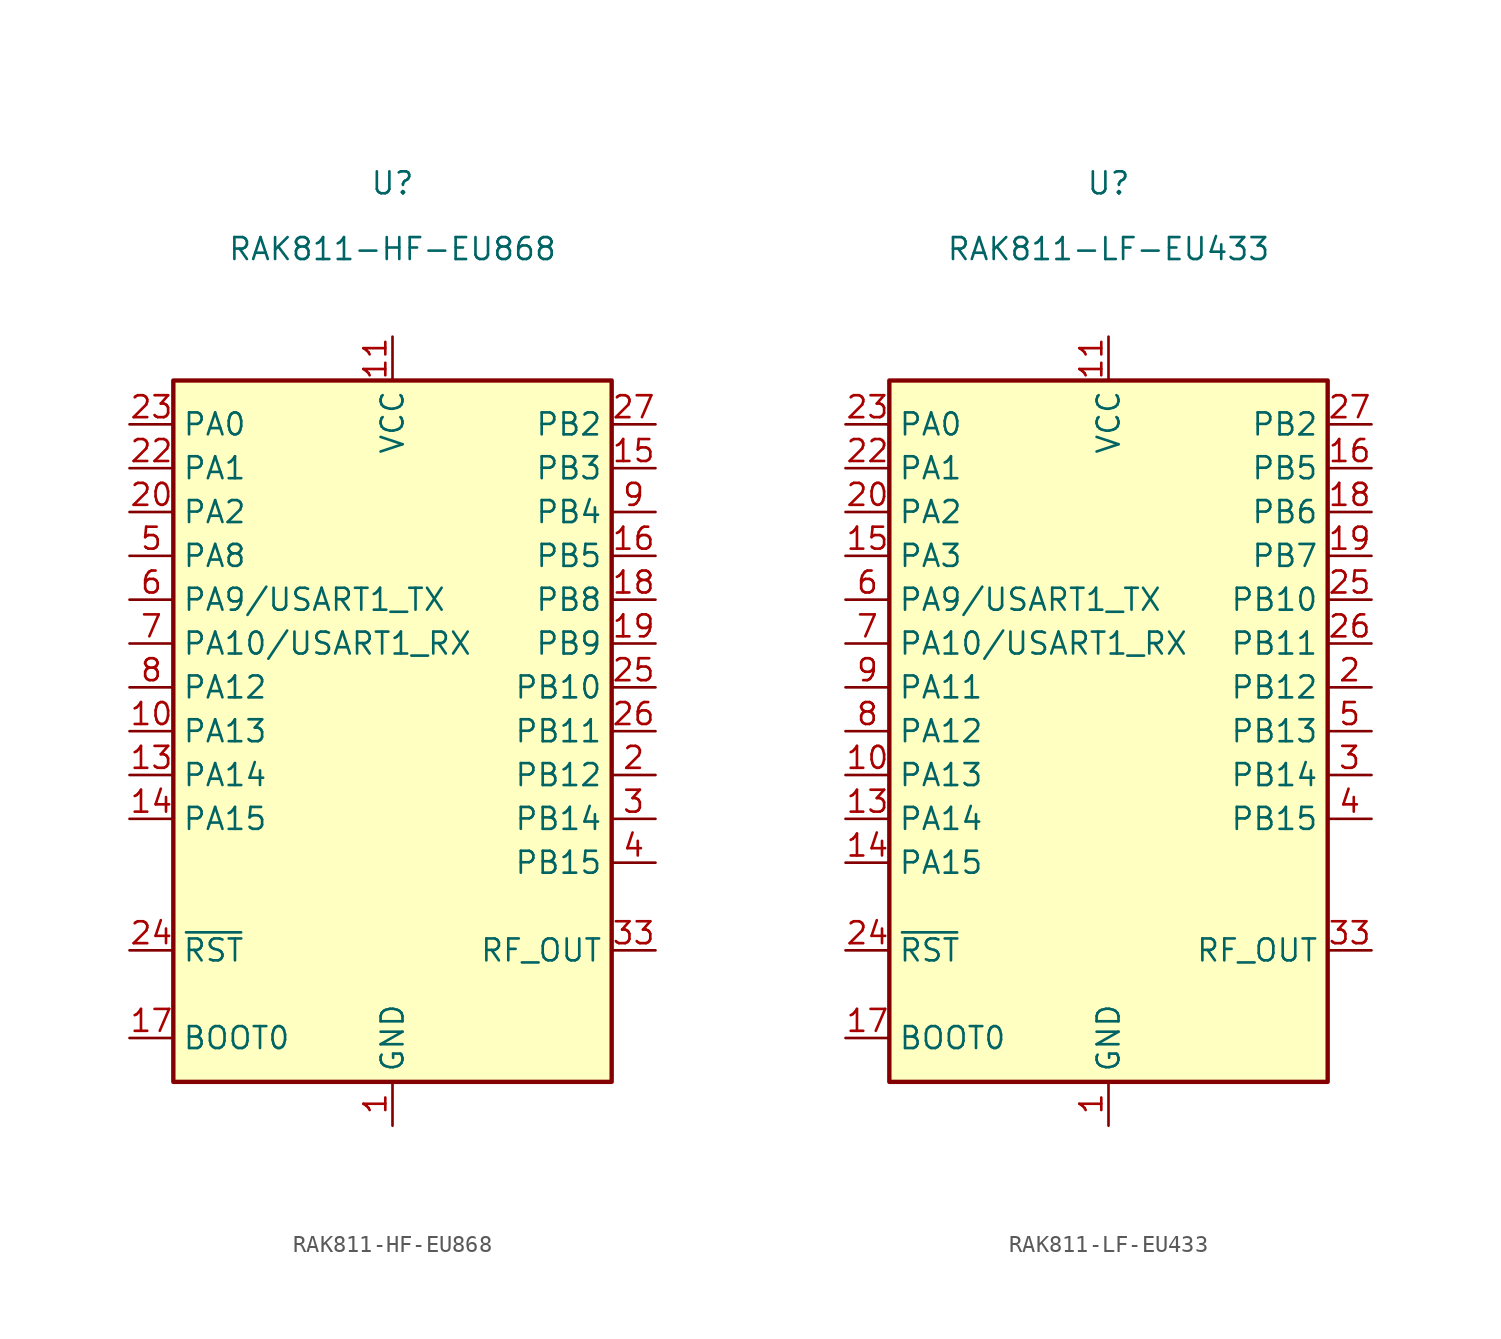
<source format=kicad_sym>
(kicad_symbol_lib
  (version 20201005)
  (generator kicad_symbol_editor)
  (symbol "RF_Module:RAK811-HF-EU868"
    (property "Reference" "U"
      (at 0 31.75 0)
      (effects (font (size 1.27 1.27))))
    (property "Value" "RAK811-HF-EU868"
      (at 0 27.94 0)
      (effects (font (size 1.27 1.27))))
    (symbol "RAK811-HF-EU868_0_0"
      (pin power_in line (at 0 -22.86 90) (length 2.54) (name "GND" (effects (font (size 1.27 1.27)))) (number "1" (effects (font (size 1.27 1.27)))))
      (pin bidirectional line (at -15.24 0 0) (length 2.54) (name "PA13" (effects (font (size 1.27 1.27)))) (number "10" (effects (font (size 1.27 1.27)))))
      (pin power_in line (at 0 22.86 270) (length 2.54) (name "VCC" (effects (font (size 1.27 1.27)))) (number "11" (effects (font (size 1.27 1.27)))))
      (pin passive line (at 0 -22.86 90) (length 2.54) hide (name "GND" (effects (font (size 1.27 1.27)))) (number "12" (effects (font (size 1.27 1.27)))))
      (pin bidirectional line (at -15.24 -2.54 0) (length 2.54) (name "PA14" (effects (font (size 1.27 1.27)))) (number "13" (effects (font (size 1.27 1.27)))))
      (pin bidirectional line (at -15.24 -5.08 0) (length 2.54) (name "PA15" (effects (font (size 1.27 1.27)))) (number "14" (effects (font (size 1.27 1.27)))))
      (pin bidirectional line (at 15.24 15.24 180) (length 2.54) (name "PB3" (effects (font (size 1.27 1.27)))) (number "15" (effects (font (size 1.27 1.27)))))
      (pin bidirectional line (at 15.24 10.16 180) (length 2.54) (name "PB5" (effects (font (size 1.27 1.27)))) (number "16" (effects (font (size 1.27 1.27)))))
      (pin input line (at -15.24 -17.78 0) (length 2.54) (name "BOOT0" (effects (font (size 1.27 1.27)))) (number "17" (effects (font (size 1.27 1.27)))))
      (pin bidirectional line (at 15.24 7.62 180) (length 2.54) (name "PB8" (effects (font (size 1.27 1.27)))) (number "18" (effects (font (size 1.27 1.27)))))
      (pin bidirectional line (at 15.24 5.08 180) (length 2.54) (name "PB9" (effects (font (size 1.27 1.27)))) (number "19" (effects (font (size 1.27 1.27)))))
      (pin bidirectional line (at 15.24 -2.54 180) (length 2.54) (name "PB12" (effects (font (size 1.27 1.27)))) (number "2" (effects (font (size 1.27 1.27)))))
      (pin bidirectional line (at -15.24 12.7 0) (length 2.54) (name "PA2" (effects (font (size 1.27 1.27)))) (number "20" (effects (font (size 1.27 1.27)))))
      (pin passive line (at 0 -22.86 90) (length 2.54) hide (name "GND" (effects (font (size 1.27 1.27)))) (number "21" (effects (font (size 1.27 1.27)))))
      (pin bidirectional line (at -15.24 15.24 0) (length 2.54) (name "PA1" (effects (font (size 1.27 1.27)))) (number "22" (effects (font (size 1.27 1.27)))))
      (pin bidirectional line (at -15.24 17.78 0) (length 2.54) (name "PA0" (effects (font (size 1.27 1.27)))) (number "23" (effects (font (size 1.27 1.27)))))
      (pin input line (at -15.24 -12.7 0) (length 2.54) (name "~RST" (effects (font (size 1.27 1.27)))) (number "24" (effects (font (size 1.27 1.27)))))
      (pin bidirectional line (at 15.24 2.54 180) (length 2.54) (name "PB10" (effects (font (size 1.27 1.27)))) (number "25" (effects (font (size 1.27 1.27)))))
      (pin bidirectional line (at 15.24 0 180) (length 2.54) (name "PB11" (effects (font (size 1.27 1.27)))) (number "26" (effects (font (size 1.27 1.27)))))
      (pin bidirectional line (at 15.24 17.78 180) (length 2.54) (name "PB2" (effects (font (size 1.27 1.27)))) (number "27" (effects (font (size 1.27 1.27)))))
      (pin passive line (at 0 -22.86 90) (length 2.54) hide (name "GND" (effects (font (size 1.27 1.27)))) (number "28" (effects (font (size 1.27 1.27)))))
      (pin passive line (at 0 -22.86 90) (length 2.54) hide (name "GND" (effects (font (size 1.27 1.27)))) (number "29" (effects (font (size 1.27 1.27)))))
      (pin bidirectional line (at 15.24 -5.08 180) (length 2.54) (name "PB14" (effects (font (size 1.27 1.27)))) (number "3" (effects (font (size 1.27 1.27)))))
      (pin passive line (at 0 -22.86 90) (length 2.54) hide (name "GND" (effects (font (size 1.27 1.27)))) (number "30" (effects (font (size 1.27 1.27)))))
      (pin passive line (at 0 -22.86 90) (length 2.54) hide (name "GND" (effects (font (size 1.27 1.27)))) (number "31" (effects (font (size 1.27 1.27)))))
      (pin passive line (at 0 -22.86 90) (length 2.54) hide (name "GND" (effects (font (size 1.27 1.27)))) (number "32" (effects (font (size 1.27 1.27)))))
      (pin passive line (at 15.24 -12.7 180) (length 2.54) (name "RF_OUT" (effects (font (size 1.27 1.27)))) (number "33" (effects (font (size 1.27 1.27)))))
      (pin passive line (at 0 -22.86 90) (length 2.54) hide (name "GND" (effects (font (size 1.27 1.27)))) (number "34" (effects (font (size 1.27 1.27)))))
      (pin bidirectional line (at 15.24 -7.62 180) (length 2.54) (name "PB15" (effects (font (size 1.27 1.27)))) (number "4" (effects (font (size 1.27 1.27)))))
      (pin bidirectional line (at -15.24 10.16 0) (length 2.54) (name "PA8" (effects (font (size 1.27 1.27)))) (number "5" (effects (font (size 1.27 1.27)))))
      (pin bidirectional line (at -15.24 7.62 0) (length 2.54) (name "PA9/USART1_TX" (effects (font (size 1.27 1.27)))) (number "6" (effects (font (size 1.27 1.27)))))
      (pin bidirectional line (at -15.24 5.08 0) (length 2.54) (name "PA10/USART1_RX" (effects (font (size 1.27 1.27)))) (number "7" (effects (font (size 1.27 1.27)))))
      (pin bidirectional line (at -15.24 2.54 0) (length 2.54) (name "PA12" (effects (font (size 1.27 1.27)))) (number "8" (effects (font (size 1.27 1.27)))))
      (pin bidirectional line (at 15.24 12.7 180) (length 2.54) (name "PB4" (effects (font (size 1.27 1.27)))) (number "9" (effects (font (size 1.27 1.27))))))
    (symbol "RAK811-HF-EU868_0_1"
      (rectangle (start 12.7 -20.32) (end -12.7 20.32) (stroke (width 0.254)) (fill (type background)))))
  (symbol "RF_Module:RAK811-LF-EU433"
    (property "Reference" "U"
      (at 0 31.75 0)
      (effects (font (size 1.27 1.27))))
    (property "Value" "RAK811-LF-EU433"
      (at 0 27.94 0)
      (effects (font (size 1.27 1.27))))
    (symbol "RAK811-LF-EU433_0_0"
      (pin power_in line (at 0 -22.86 90) (length 2.54) (name "GND" (effects (font (size 1.27 1.27)))) (number "1" (effects (font (size 1.27 1.27)))))
      (pin bidirectional line (at -15.24 -2.54 0) (length 2.54) (name "PA13" (effects (font (size 1.27 1.27)))) (number "10" (effects (font (size 1.27 1.27)))))
      (pin power_in line (at 0 22.86 270) (length 2.54) (name "VCC" (effects (font (size 1.27 1.27)))) (number "11" (effects (font (size 1.27 1.27)))))
      (pin passive line (at 0 -22.86 90) (length 2.54) hide (name "GND" (effects (font (size 1.27 1.27)))) (number "12" (effects (font (size 1.27 1.27)))))
      (pin bidirectional line (at -15.24 -5.08 0) (length 2.54) (name "PA14" (effects (font (size 1.27 1.27)))) (number "13" (effects (font (size 1.27 1.27)))))
      (pin bidirectional line (at -15.24 -7.62 0) (length 2.54) (name "PA15" (effects (font (size 1.27 1.27)))) (number "14" (effects (font (size 1.27 1.27)))))
      (pin bidirectional line (at -15.24 10.16 0) (length 2.54) (name "PA3" (effects (font (size 1.27 1.27)))) (number "15" (effects (font (size 1.27 1.27)))))
      (pin bidirectional line (at 15.24 15.24 180) (length 2.54) (name "PB5" (effects (font (size 1.27 1.27)))) (number "16" (effects (font (size 1.27 1.27)))))
      (pin input line (at -15.24 -17.78 0) (length 2.54) (name "BOOT0" (effects (font (size 1.27 1.27)))) (number "17" (effects (font (size 1.27 1.27)))))
      (pin bidirectional line (at 15.24 12.7 180) (length 2.54) (name "PB6" (effects (font (size 1.27 1.27)))) (number "18" (effects (font (size 1.27 1.27)))))
      (pin bidirectional line (at 15.24 10.16 180) (length 2.54) (name "PB7" (effects (font (size 1.27 1.27)))) (number "19" (effects (font (size 1.27 1.27)))))
      (pin bidirectional line (at 15.24 2.54 180) (length 2.54) (name "PB12" (effects (font (size 1.27 1.27)))) (number "2" (effects (font (size 1.27 1.27)))))
      (pin bidirectional line (at -15.24 12.7 0) (length 2.54) (name "PA2" (effects (font (size 1.27 1.27)))) (number "20" (effects (font (size 1.27 1.27)))))
      (pin passive line (at 0 -22.86 90) (length 2.54) hide (name "GND" (effects (font (size 1.27 1.27)))) (number "21" (effects (font (size 1.27 1.27)))))
      (pin bidirectional line (at -15.24 15.24 0) (length 2.54) (name "PA1" (effects (font (size 1.27 1.27)))) (number "22" (effects (font (size 1.27 1.27)))))
      (pin bidirectional line (at -15.24 17.78 0) (length 2.54) (name "PA0" (effects (font (size 1.27 1.27)))) (number "23" (effects (font (size 1.27 1.27)))))
      (pin input line (at -15.24 -12.7 0) (length 2.54) (name "~RST" (effects (font (size 1.27 1.27)))) (number "24" (effects (font (size 1.27 1.27)))))
      (pin bidirectional line (at 15.24 7.62 180) (length 2.54) (name "PB10" (effects (font (size 1.27 1.27)))) (number "25" (effects (font (size 1.27 1.27)))))
      (pin bidirectional line (at 15.24 5.08 180) (length 2.54) (name "PB11" (effects (font (size 1.27 1.27)))) (number "26" (effects (font (size 1.27 1.27)))))
      (pin bidirectional line (at 15.24 17.78 180) (length 2.54) (name "PB2" (effects (font (size 1.27 1.27)))) (number "27" (effects (font (size 1.27 1.27)))))
      (pin passive line (at 0 -22.86 90) (length 2.54) hide (name "GND" (effects (font (size 1.27 1.27)))) (number "28" (effects (font (size 1.27 1.27)))))
      (pin passive line (at 0 -22.86 90) (length 2.54) hide (name "GND" (effects (font (size 1.27 1.27)))) (number "29" (effects (font (size 1.27 1.27)))))
      (pin bidirectional line (at 15.24 -2.54 180) (length 2.54) (name "PB14" (effects (font (size 1.27 1.27)))) (number "3" (effects (font (size 1.27 1.27)))))
      (pin passive line (at 0 -22.86 90) (length 2.54) hide (name "GND" (effects (font (size 1.27 1.27)))) (number "30" (effects (font (size 1.27 1.27)))))
      (pin passive line (at 0 -22.86 90) (length 2.54) hide (name "GND" (effects (font (size 1.27 1.27)))) (number "31" (effects (font (size 1.27 1.27)))))
      (pin passive line (at 0 -22.86 90) (length 2.54) hide (name "GND" (effects (font (size 1.27 1.27)))) (number "32" (effects (font (size 1.27 1.27)))))
      (pin passive line (at 15.24 -12.7 180) (length 2.54) (name "RF_OUT" (effects (font (size 1.27 1.27)))) (number "33" (effects (font (size 1.27 1.27)))))
      (pin passive line (at 0 -22.86 90) (length 2.54) hide (name "GND" (effects (font (size 1.27 1.27)))) (number "34" (effects (font (size 1.27 1.27)))))
      (pin bidirectional line (at 15.24 -5.08 180) (length 2.54) (name "PB15" (effects (font (size 1.27 1.27)))) (number "4" (effects (font (size 1.27 1.27)))))
      (pin bidirectional line (at 15.24 0 180) (length 2.54) (name "PB13" (effects (font (size 1.27 1.27)))) (number "5" (effects (font (size 1.27 1.27)))))
      (pin bidirectional line (at -15.24 7.62 0) (length 2.54) (name "PA9/USART1_TX" (effects (font (size 1.27 1.27)))) (number "6" (effects (font (size 1.27 1.27)))))
      (pin bidirectional line (at -15.24 5.08 0) (length 2.54) (name "PA10/USART1_RX" (effects (font (size 1.27 1.27)))) (number "7" (effects (font (size 1.27 1.27)))))
      (pin bidirectional line (at -15.24 0 0) (length 2.54) (name "PA12" (effects (font (size 1.27 1.27)))) (number "8" (effects (font (size 1.27 1.27)))))
      (pin bidirectional line (at -15.24 2.54 0) (length 2.54) (name "PA11" (effects (font (size 1.27 1.27)))) (number "9" (effects (font (size 1.27 1.27))))))
    (symbol "RAK811-LF-EU433_0_1"
      (rectangle (start 12.7 -20.32) (end -12.7 20.32) (stroke (width 0.254)) (fill (type background))))))
</source>
